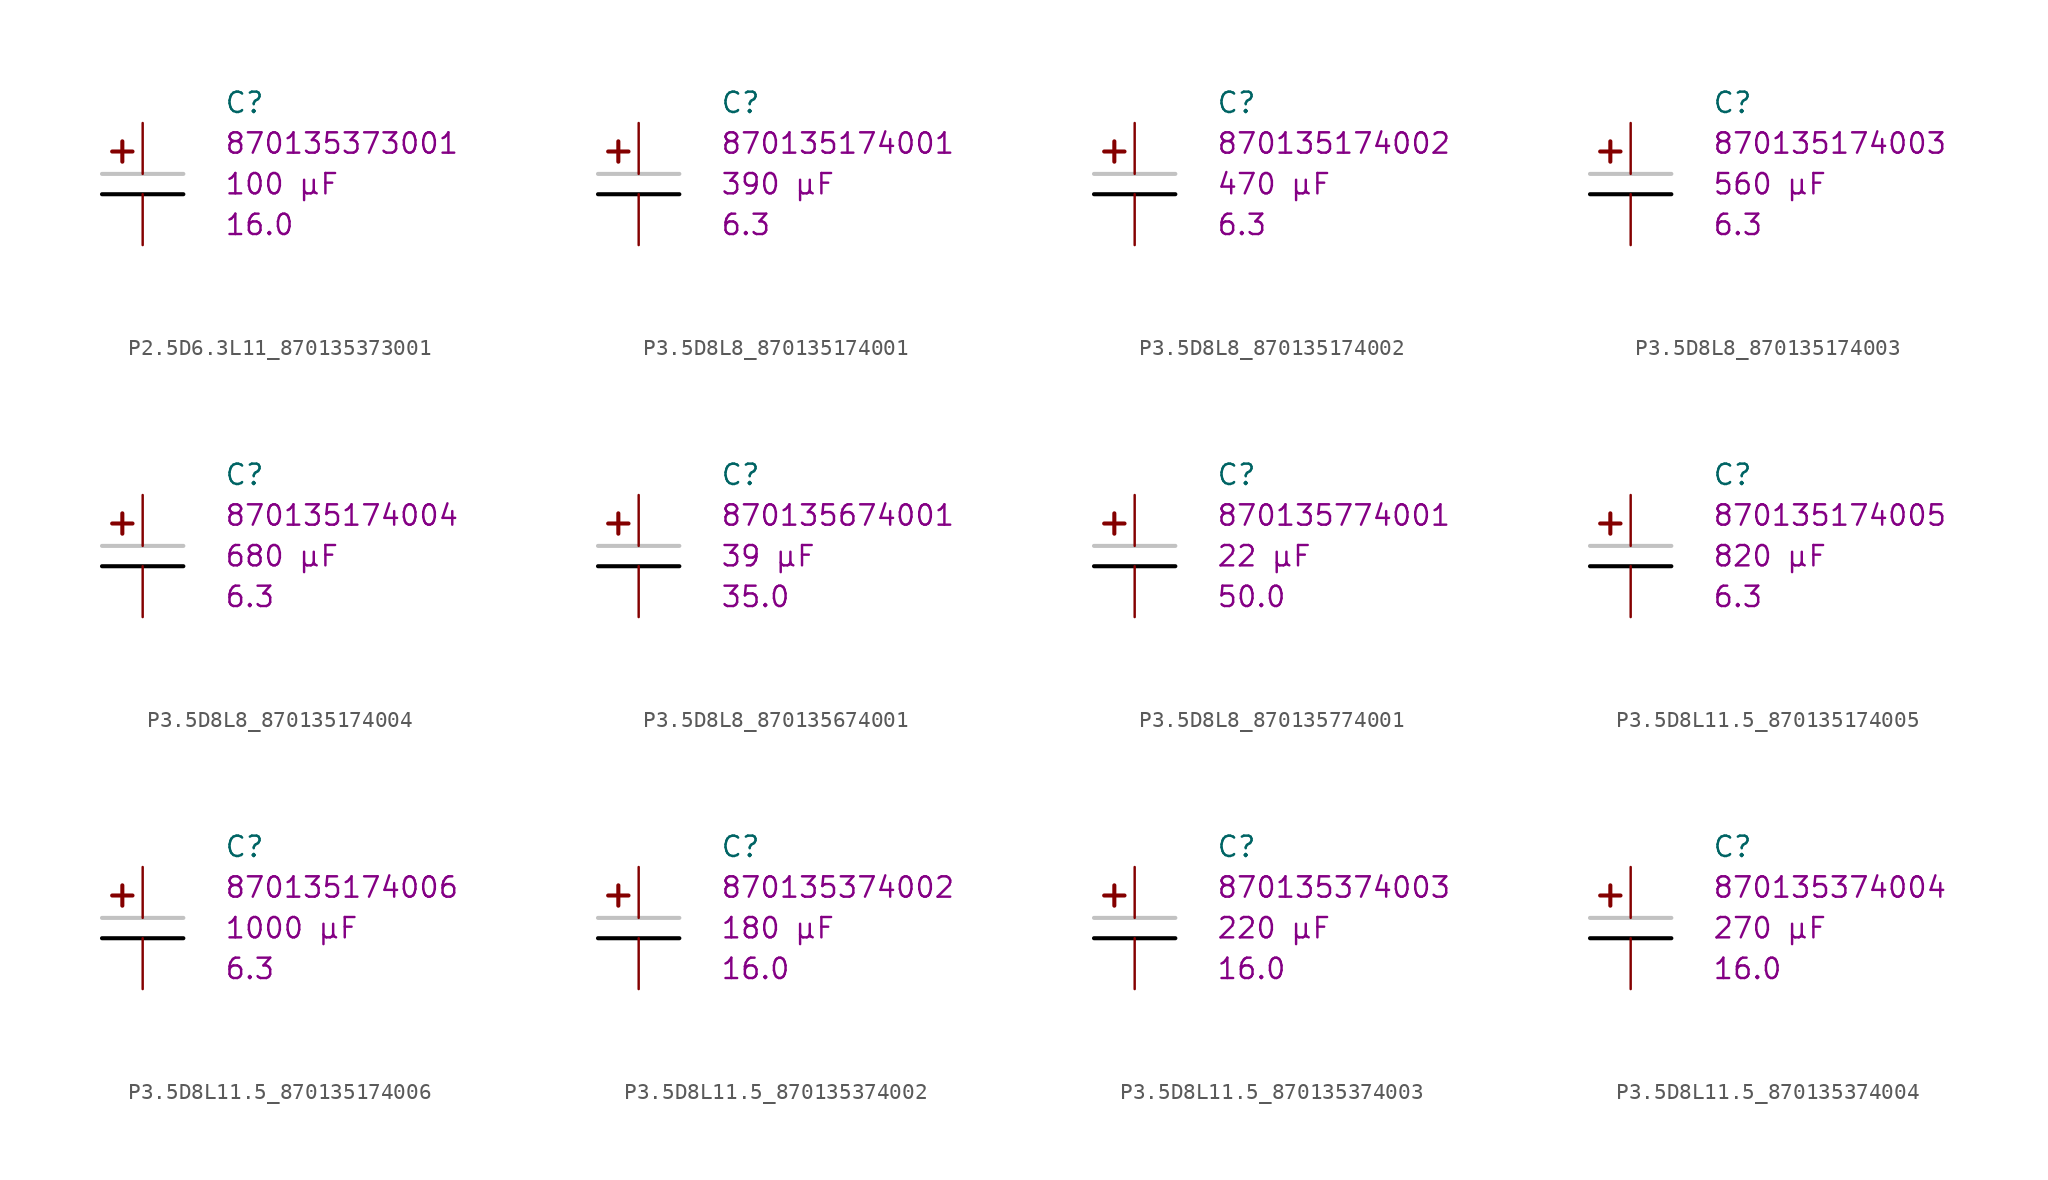
<source format=kicad_sym>
(kicad_symbol_lib
  (version 20220914)
  (generator kicad_symbol_editor)
  (symbol "P2.5D6.3L11_870135373001"
    (pin_numbers hide)
    (pin_names hide)
    (property "Reference" "C"
      (at 5.08 5.08 0)
      (effects (font (size 1.27 1.27)) (justify left)))
    (property "Part Number" "870135373001"
      (at 5.08 2.54 0)
      (effects (font (size 1.27 1.27)) (justify left)))
    (property "Capacitance" "100 µF"
      (at 5.08 0 0)
      (effects (font (size 1.27 1.27)) (justify left)))
    (property "Voltage" "16.0"
      (at 5.08 -2.54 0)
      (effects (font (size 1.27 1.27)) (justify left)))
    (property "Critical Parameter" ""
      (at 0 -7.62 0)
      (effects (font (size 1.27 1.27))))
    (symbol "P2.5D6.3L11_870135373001_1_1"
      (polyline (pts (xy -1.27 2.667) (xy -1.27 1.397)) (stroke (width 0.254) (type default)) (fill (type none)))
      (polyline (pts (xy -0.635 2.032) (xy -1.905 2.032)) (stroke (width 0.254) (type default)) (fill (type none)))
      (polyline (pts (xy 2.54 -0.635) (xy -2.54 -0.635)) (stroke (width 0.254) (type default) (color 0 0 0 1)) (fill (type none)))
      (polyline (pts (xy 2.54 0.635) (xy -2.54 0.635)) (stroke (width 0.254) (type default) (color 194 194 194 1)) (fill (type none)))
      (pin passive line (at 0 3.81 270) (length 3.175) (name "1" (effects (font (size 1.27 1.27)))) (number "1" (effects (font (size 1.27 1.27)))))
      (pin passive line (at 0 -3.81 90) (length 3.175) (name "2" (effects (font (size 1.27 1.27)))) (number "2" (effects (font (size 1.27 1.27)))))))
  (symbol "P3.5D8L8_870135174001"
    (pin_numbers hide)
    (pin_names hide)
    (property "Reference" "C"
      (at 5.08 5.08 0)
      (effects (font (size 1.27 1.27)) (justify left)))
    (property "Part Number" "870135174001"
      (at 5.08 2.54 0)
      (effects (font (size 1.27 1.27)) (justify left)))
    (property "Capacitance" "390 µF"
      (at 5.08 0 0)
      (effects (font (size 1.27 1.27)) (justify left)))
    (property "Voltage" "6.3"
      (at 5.08 -2.54 0)
      (effects (font (size 1.27 1.27)) (justify left)))
    (property "Critical Parameter" ""
      (at 0 -7.62 0)
      (effects (font (size 1.27 1.27))))
    (symbol "P3.5D8L8_870135174001_1_1"
      (polyline (pts (xy -1.27 2.667) (xy -1.27 1.397)) (stroke (width 0.254) (type default)) (fill (type none)))
      (polyline (pts (xy -0.635 2.032) (xy -1.905 2.032)) (stroke (width 0.254) (type default)) (fill (type none)))
      (polyline (pts (xy 2.54 -0.635) (xy -2.54 -0.635)) (stroke (width 0.254) (type default) (color 0 0 0 1)) (fill (type none)))
      (polyline (pts (xy 2.54 0.635) (xy -2.54 0.635)) (stroke (width 0.254) (type default) (color 194 194 194 1)) (fill (type none)))
      (pin passive line (at 0 3.81 270) (length 3.175) (name "1" (effects (font (size 1.27 1.27)))) (number "1" (effects (font (size 1.27 1.27)))))
      (pin passive line (at 0 -3.81 90) (length 3.175) (name "2" (effects (font (size 1.27 1.27)))) (number "2" (effects (font (size 1.27 1.27)))))))
  (symbol "P3.5D8L8_870135174002"
    (pin_numbers hide)
    (pin_names hide)
    (property "Reference" "C"
      (at 5.08 5.08 0)
      (effects (font (size 1.27 1.27)) (justify left)))
    (property "Part Number" "870135174002"
      (at 5.08 2.54 0)
      (effects (font (size 1.27 1.27)) (justify left)))
    (property "Capacitance" "470 µF"
      (at 5.08 0 0)
      (effects (font (size 1.27 1.27)) (justify left)))
    (property "Voltage" "6.3"
      (at 5.08 -2.54 0)
      (effects (font (size 1.27 1.27)) (justify left)))
    (property "Critical Parameter" ""
      (at 0 -7.62 0)
      (effects (font (size 1.27 1.27))))
    (symbol "P3.5D8L8_870135174002_1_1"
      (polyline (pts (xy -1.27 2.667) (xy -1.27 1.397)) (stroke (width 0.254) (type default)) (fill (type none)))
      (polyline (pts (xy -0.635 2.032) (xy -1.905 2.032)) (stroke (width 0.254) (type default)) (fill (type none)))
      (polyline (pts (xy 2.54 -0.635) (xy -2.54 -0.635)) (stroke (width 0.254) (type default) (color 0 0 0 1)) (fill (type none)))
      (polyline (pts (xy 2.54 0.635) (xy -2.54 0.635)) (stroke (width 0.254) (type default) (color 194 194 194 1)) (fill (type none)))
      (pin passive line (at 0 3.81 270) (length 3.175) (name "1" (effects (font (size 1.27 1.27)))) (number "1" (effects (font (size 1.27 1.27)))))
      (pin passive line (at 0 -3.81 90) (length 3.175) (name "2" (effects (font (size 1.27 1.27)))) (number "2" (effects (font (size 1.27 1.27)))))))
  (symbol "P3.5D8L8_870135174003"
    (pin_numbers hide)
    (pin_names hide)
    (property "Reference" "C"
      (at 5.08 5.08 0)
      (effects (font (size 1.27 1.27)) (justify left)))
    (property "Part Number" "870135174003"
      (at 5.08 2.54 0)
      (effects (font (size 1.27 1.27)) (justify left)))
    (property "Capacitance" "560 µF"
      (at 5.08 0 0)
      (effects (font (size 1.27 1.27)) (justify left)))
    (property "Voltage" "6.3"
      (at 5.08 -2.54 0)
      (effects (font (size 1.27 1.27)) (justify left)))
    (property "Critical Parameter" ""
      (at 0 -7.62 0)
      (effects (font (size 1.27 1.27))))
    (symbol "P3.5D8L8_870135174003_1_1"
      (polyline (pts (xy -1.27 2.667) (xy -1.27 1.397)) (stroke (width 0.254) (type default)) (fill (type none)))
      (polyline (pts (xy -0.635 2.032) (xy -1.905 2.032)) (stroke (width 0.254) (type default)) (fill (type none)))
      (polyline (pts (xy 2.54 -0.635) (xy -2.54 -0.635)) (stroke (width 0.254) (type default) (color 0 0 0 1)) (fill (type none)))
      (polyline (pts (xy 2.54 0.635) (xy -2.54 0.635)) (stroke (width 0.254) (type default) (color 194 194 194 1)) (fill (type none)))
      (pin passive line (at 0 3.81 270) (length 3.175) (name "1" (effects (font (size 1.27 1.27)))) (number "1" (effects (font (size 1.27 1.27)))))
      (pin passive line (at 0 -3.81 90) (length 3.175) (name "2" (effects (font (size 1.27 1.27)))) (number "2" (effects (font (size 1.27 1.27)))))))
  (symbol "P3.5D8L8_870135174004"
    (pin_numbers hide)
    (pin_names hide)
    (property "Reference" "C"
      (at 5.08 5.08 0)
      (effects (font (size 1.27 1.27)) (justify left)))
    (property "Part Number" "870135174004"
      (at 5.08 2.54 0)
      (effects (font (size 1.27 1.27)) (justify left)))
    (property "Capacitance" "680 µF"
      (at 5.08 0 0)
      (effects (font (size 1.27 1.27)) (justify left)))
    (property "Voltage" "6.3"
      (at 5.08 -2.54 0)
      (effects (font (size 1.27 1.27)) (justify left)))
    (property "Critical Parameter" ""
      (at 0 -7.62 0)
      (effects (font (size 1.27 1.27))))
    (symbol "P3.5D8L8_870135174004_1_1"
      (polyline (pts (xy -1.27 2.667) (xy -1.27 1.397)) (stroke (width 0.254) (type default)) (fill (type none)))
      (polyline (pts (xy -0.635 2.032) (xy -1.905 2.032)) (stroke (width 0.254) (type default)) (fill (type none)))
      (polyline (pts (xy 2.54 -0.635) (xy -2.54 -0.635)) (stroke (width 0.254) (type default) (color 0 0 0 1)) (fill (type none)))
      (polyline (pts (xy 2.54 0.635) (xy -2.54 0.635)) (stroke (width 0.254) (type default) (color 194 194 194 1)) (fill (type none)))
      (pin passive line (at 0 3.81 270) (length 3.175) (name "1" (effects (font (size 1.27 1.27)))) (number "1" (effects (font (size 1.27 1.27)))))
      (pin passive line (at 0 -3.81 90) (length 3.175) (name "2" (effects (font (size 1.27 1.27)))) (number "2" (effects (font (size 1.27 1.27)))))))
  (symbol "P3.5D8L8_870135674001"
    (pin_numbers hide)
    (pin_names hide)
    (property "Reference" "C"
      (at 5.08 5.08 0)
      (effects (font (size 1.27 1.27)) (justify left)))
    (property "Part Number" "870135674001"
      (at 5.08 2.54 0)
      (effects (font (size 1.27 1.27)) (justify left)))
    (property "Capacitance" "39 µF"
      (at 5.08 0 0)
      (effects (font (size 1.27 1.27)) (justify left)))
    (property "Voltage" "35.0"
      (at 5.08 -2.54 0)
      (effects (font (size 1.27 1.27)) (justify left)))
    (property "Critical Parameter" ""
      (at 0 -7.62 0)
      (effects (font (size 1.27 1.27))))
    (symbol "P3.5D8L8_870135674001_1_1"
      (polyline (pts (xy -1.27 2.667) (xy -1.27 1.397)) (stroke (width 0.254) (type default)) (fill (type none)))
      (polyline (pts (xy -0.635 2.032) (xy -1.905 2.032)) (stroke (width 0.254) (type default)) (fill (type none)))
      (polyline (pts (xy 2.54 -0.635) (xy -2.54 -0.635)) (stroke (width 0.254) (type default) (color 0 0 0 1)) (fill (type none)))
      (polyline (pts (xy 2.54 0.635) (xy -2.54 0.635)) (stroke (width 0.254) (type default) (color 194 194 194 1)) (fill (type none)))
      (pin passive line (at 0 3.81 270) (length 3.175) (name "1" (effects (font (size 1.27 1.27)))) (number "1" (effects (font (size 1.27 1.27)))))
      (pin passive line (at 0 -3.81 90) (length 3.175) (name "2" (effects (font (size 1.27 1.27)))) (number "2" (effects (font (size 1.27 1.27)))))))
  (symbol "P3.5D8L8_870135774001"
    (pin_numbers hide)
    (pin_names hide)
    (property "Reference" "C"
      (at 5.08 5.08 0)
      (effects (font (size 1.27 1.27)) (justify left)))
    (property "Part Number" "870135774001"
      (at 5.08 2.54 0)
      (effects (font (size 1.27 1.27)) (justify left)))
    (property "Capacitance" "22 µF"
      (at 5.08 0 0)
      (effects (font (size 1.27 1.27)) (justify left)))
    (property "Voltage" "50.0"
      (at 5.08 -2.54 0)
      (effects (font (size 1.27 1.27)) (justify left)))
    (property "Critical Parameter" ""
      (at 0 -7.62 0)
      (effects (font (size 1.27 1.27))))
    (symbol "P3.5D8L8_870135774001_1_1"
      (polyline (pts (xy -1.27 2.667) (xy -1.27 1.397)) (stroke (width 0.254) (type default)) (fill (type none)))
      (polyline (pts (xy -0.635 2.032) (xy -1.905 2.032)) (stroke (width 0.254) (type default)) (fill (type none)))
      (polyline (pts (xy 2.54 -0.635) (xy -2.54 -0.635)) (stroke (width 0.254) (type default) (color 0 0 0 1)) (fill (type none)))
      (polyline (pts (xy 2.54 0.635) (xy -2.54 0.635)) (stroke (width 0.254) (type default) (color 194 194 194 1)) (fill (type none)))
      (pin passive line (at 0 3.81 270) (length 3.175) (name "1" (effects (font (size 1.27 1.27)))) (number "1" (effects (font (size 1.27 1.27)))))
      (pin passive line (at 0 -3.81 90) (length 3.175) (name "2" (effects (font (size 1.27 1.27)))) (number "2" (effects (font (size 1.27 1.27)))))))
  (symbol "P3.5D8L11.5_870135174005"
    (pin_numbers hide)
    (pin_names hide)
    (property "Reference" "C"
      (at 5.08 5.08 0)
      (effects (font (size 1.27 1.27)) (justify left)))
    (property "Part Number" "870135174005"
      (at 5.08 2.54 0)
      (effects (font (size 1.27 1.27)) (justify left)))
    (property "Capacitance" "820 µF"
      (at 5.08 0 0)
      (effects (font (size 1.27 1.27)) (justify left)))
    (property "Voltage" "6.3"
      (at 5.08 -2.54 0)
      (effects (font (size 1.27 1.27)) (justify left)))
    (property "Critical Parameter" ""
      (at 0 -7.62 0)
      (effects (font (size 1.27 1.27))))
    (symbol "P3.5D8L11.5_870135174005_1_1"
      (polyline (pts (xy -1.27 2.667) (xy -1.27 1.397)) (stroke (width 0.254) (type default)) (fill (type none)))
      (polyline (pts (xy -0.635 2.032) (xy -1.905 2.032)) (stroke (width 0.254) (type default)) (fill (type none)))
      (polyline (pts (xy 2.54 -0.635) (xy -2.54 -0.635)) (stroke (width 0.254) (type default) (color 0 0 0 1)) (fill (type none)))
      (polyline (pts (xy 2.54 0.635) (xy -2.54 0.635)) (stroke (width 0.254) (type default) (color 194 194 194 1)) (fill (type none)))
      (pin passive line (at 0 3.81 270) (length 3.175) (name "1" (effects (font (size 1.27 1.27)))) (number "1" (effects (font (size 1.27 1.27)))))
      (pin passive line (at 0 -3.81 90) (length 3.175) (name "2" (effects (font (size 1.27 1.27)))) (number "2" (effects (font (size 1.27 1.27)))))))
  (symbol "P3.5D8L11.5_870135174006"
    (pin_numbers hide)
    (pin_names hide)
    (property "Reference" "C"
      (at 5.08 5.08 0)
      (effects (font (size 1.27 1.27)) (justify left)))
    (property "Part Number" "870135174006"
      (at 5.08 2.54 0)
      (effects (font (size 1.27 1.27)) (justify left)))
    (property "Capacitance" "1000 µF"
      (at 5.08 0 0)
      (effects (font (size 1.27 1.27)) (justify left)))
    (property "Voltage" "6.3"
      (at 5.08 -2.54 0)
      (effects (font (size 1.27 1.27)) (justify left)))
    (property "Critical Parameter" ""
      (at 0 -7.62 0)
      (effects (font (size 1.27 1.27))))
    (symbol "P3.5D8L11.5_870135174006_1_1"
      (polyline (pts (xy -1.27 2.667) (xy -1.27 1.397)) (stroke (width 0.254) (type default)) (fill (type none)))
      (polyline (pts (xy -0.635 2.032) (xy -1.905 2.032)) (stroke (width 0.254) (type default)) (fill (type none)))
      (polyline (pts (xy 2.54 -0.635) (xy -2.54 -0.635)) (stroke (width 0.254) (type default) (color 0 0 0 1)) (fill (type none)))
      (polyline (pts (xy 2.54 0.635) (xy -2.54 0.635)) (stroke (width 0.254) (type default) (color 194 194 194 1)) (fill (type none)))
      (pin passive line (at 0 3.81 270) (length 3.175) (name "1" (effects (font (size 1.27 1.27)))) (number "1" (effects (font (size 1.27 1.27)))))
      (pin passive line (at 0 -3.81 90) (length 3.175) (name "2" (effects (font (size 1.27 1.27)))) (number "2" (effects (font (size 1.27 1.27)))))))
  (symbol "P3.5D8L11.5_870135374002"
    (pin_numbers hide)
    (pin_names hide)
    (property "Reference" "C"
      (at 5.08 5.08 0)
      (effects (font (size 1.27 1.27)) (justify left)))
    (property "Part Number" "870135374002"
      (at 5.08 2.54 0)
      (effects (font (size 1.27 1.27)) (justify left)))
    (property "Capacitance" "180 µF"
      (at 5.08 0 0)
      (effects (font (size 1.27 1.27)) (justify left)))
    (property "Voltage" "16.0"
      (at 5.08 -2.54 0)
      (effects (font (size 1.27 1.27)) (justify left)))
    (property "Critical Parameter" ""
      (at 0 -7.62 0)
      (effects (font (size 1.27 1.27))))
    (symbol "P3.5D8L11.5_870135374002_1_1"
      (polyline (pts (xy -1.27 2.667) (xy -1.27 1.397)) (stroke (width 0.254) (type default)) (fill (type none)))
      (polyline (pts (xy -0.635 2.032) (xy -1.905 2.032)) (stroke (width 0.254) (type default)) (fill (type none)))
      (polyline (pts (xy 2.54 -0.635) (xy -2.54 -0.635)) (stroke (width 0.254) (type default) (color 0 0 0 1)) (fill (type none)))
      (polyline (pts (xy 2.54 0.635) (xy -2.54 0.635)) (stroke (width 0.254) (type default) (color 194 194 194 1)) (fill (type none)))
      (pin passive line (at 0 3.81 270) (length 3.175) (name "1" (effects (font (size 1.27 1.27)))) (number "1" (effects (font (size 1.27 1.27)))))
      (pin passive line (at 0 -3.81 90) (length 3.175) (name "2" (effects (font (size 1.27 1.27)))) (number "2" (effects (font (size 1.27 1.27)))))))
  (symbol "P3.5D8L11.5_870135374003"
    (pin_numbers hide)
    (pin_names hide)
    (property "Reference" "C"
      (at 5.08 5.08 0)
      (effects (font (size 1.27 1.27)) (justify left)))
    (property "Part Number" "870135374003"
      (at 5.08 2.54 0)
      (effects (font (size 1.27 1.27)) (justify left)))
    (property "Capacitance" "220 µF"
      (at 5.08 0 0)
      (effects (font (size 1.27 1.27)) (justify left)))
    (property "Voltage" "16.0"
      (at 5.08 -2.54 0)
      (effects (font (size 1.27 1.27)) (justify left)))
    (property "Critical Parameter" ""
      (at 0 -7.62 0)
      (effects (font (size 1.27 1.27))))
    (symbol "P3.5D8L11.5_870135374003_1_1"
      (polyline (pts (xy -1.27 2.667) (xy -1.27 1.397)) (stroke (width 0.254) (type default)) (fill (type none)))
      (polyline (pts (xy -0.635 2.032) (xy -1.905 2.032)) (stroke (width 0.254) (type default)) (fill (type none)))
      (polyline (pts (xy 2.54 -0.635) (xy -2.54 -0.635)) (stroke (width 0.254) (type default) (color 0 0 0 1)) (fill (type none)))
      (polyline (pts (xy 2.54 0.635) (xy -2.54 0.635)) (stroke (width 0.254) (type default) (color 194 194 194 1)) (fill (type none)))
      (pin passive line (at 0 3.81 270) (length 3.175) (name "1" (effects (font (size 1.27 1.27)))) (number "1" (effects (font (size 1.27 1.27)))))
      (pin passive line (at 0 -3.81 90) (length 3.175) (name "2" (effects (font (size 1.27 1.27)))) (number "2" (effects (font (size 1.27 1.27)))))))
  (symbol "P3.5D8L11.5_870135374004"
    (pin_numbers hide)
    (pin_names hide)
    (property "Reference" "C"
      (at 5.08 5.08 0)
      (effects (font (size 1.27 1.27)) (justify left)))
    (property "Part Number" "870135374004"
      (at 5.08 2.54 0)
      (effects (font (size 1.27 1.27)) (justify left)))
    (property "Capacitance" "270 µF"
      (at 5.08 0 0)
      (effects (font (size 1.27 1.27)) (justify left)))
    (property "Voltage" "16.0"
      (at 5.08 -2.54 0)
      (effects (font (size 1.27 1.27)) (justify left)))
    (property "Critical Parameter" ""
      (at 0 -7.62 0)
      (effects (font (size 1.27 1.27))))
    (symbol "P3.5D8L11.5_870135374004_1_1"
      (polyline (pts (xy -1.27 2.667) (xy -1.27 1.397)) (stroke (width 0.254) (type default)) (fill (type none)))
      (polyline (pts (xy -0.635 2.032) (xy -1.905 2.032)) (stroke (width 0.254) (type default)) (fill (type none)))
      (polyline (pts (xy 2.54 -0.635) (xy -2.54 -0.635)) (stroke (width 0.254) (type default) (color 0 0 0 1)) (fill (type none)))
      (polyline (pts (xy 2.54 0.635) (xy -2.54 0.635)) (stroke (width 0.254) (type default) (color 194 194 194 1)) (fill (type none)))
      (pin passive line (at 0 3.81 270) (length 3.175) (name "1" (effects (font (size 1.27 1.27)))) (number "1" (effects (font (size 1.27 1.27)))))
      (pin passive line (at 0 -3.81 90) (length 3.175) (name "2" (effects (font (size 1.27 1.27)))) (number "2" (effects (font (size 1.27 1.27))))))))
</source>
